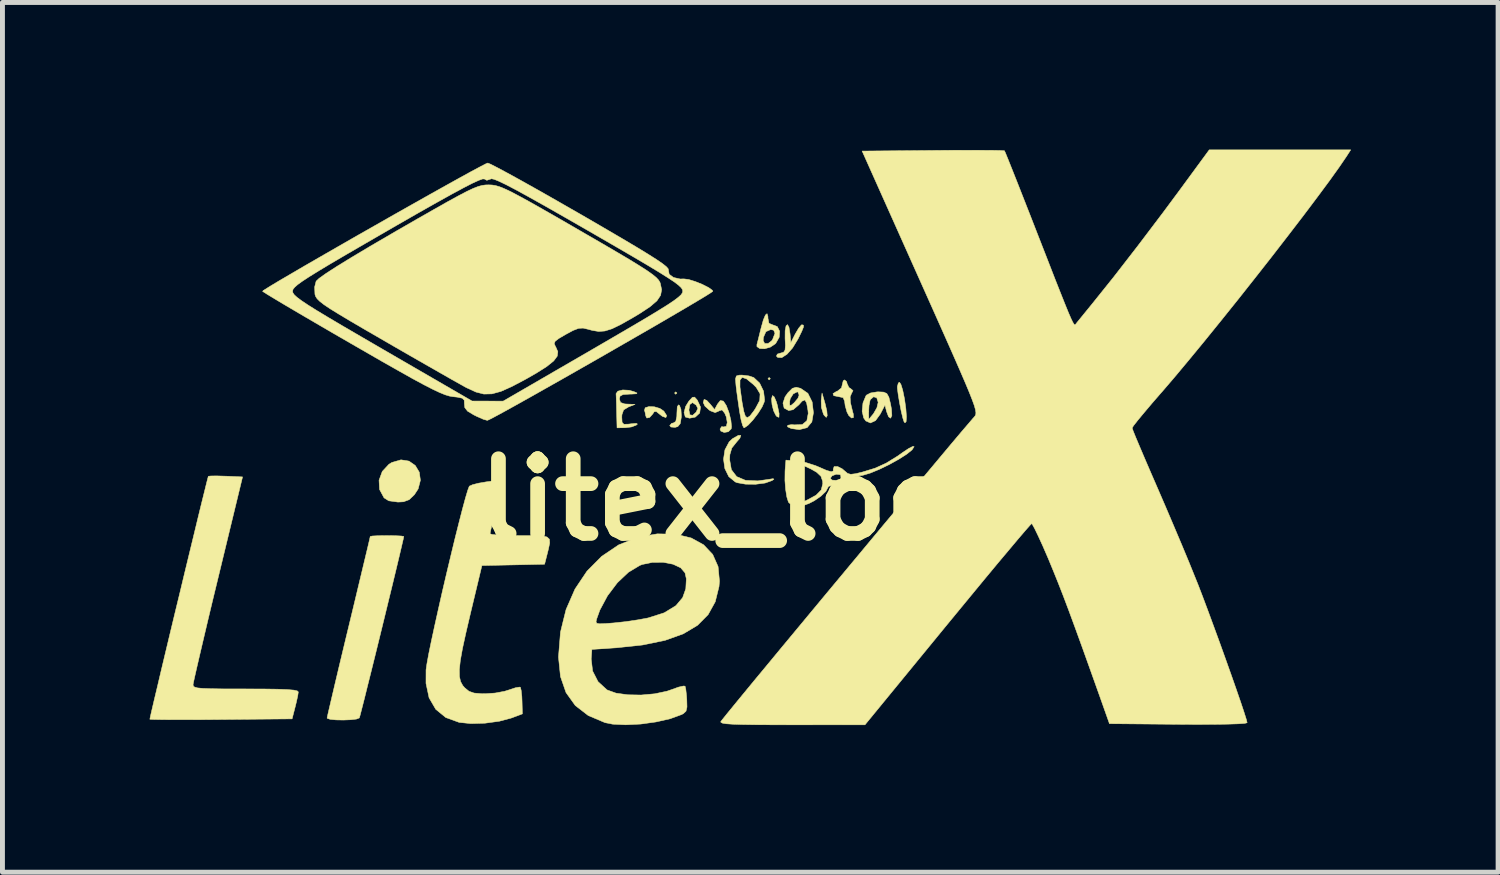
<source format=kicad_pcb>
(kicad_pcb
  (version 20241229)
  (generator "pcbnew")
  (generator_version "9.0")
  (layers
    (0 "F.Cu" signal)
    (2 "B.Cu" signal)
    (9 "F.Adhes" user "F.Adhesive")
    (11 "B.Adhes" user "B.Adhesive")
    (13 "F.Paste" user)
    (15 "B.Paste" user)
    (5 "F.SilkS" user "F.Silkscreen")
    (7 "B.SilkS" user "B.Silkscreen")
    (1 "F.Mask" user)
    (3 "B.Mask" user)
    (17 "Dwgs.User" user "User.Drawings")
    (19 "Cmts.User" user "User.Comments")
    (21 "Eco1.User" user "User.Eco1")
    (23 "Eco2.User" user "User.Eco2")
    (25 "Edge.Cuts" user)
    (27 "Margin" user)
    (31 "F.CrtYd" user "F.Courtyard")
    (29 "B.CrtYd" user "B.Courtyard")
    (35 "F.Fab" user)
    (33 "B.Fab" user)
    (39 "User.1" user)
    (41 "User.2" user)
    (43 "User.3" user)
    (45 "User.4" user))
  (footprint "litex_logo"
    (layer "F.Cu")
    (at 12.265 7.137)
    (property "Reference" "litex_logo" (at 0 0 0) (layer "F.SilkS") (effects (font (size 1.524 1.524) (thickness 0.3))))
    (attr through_hole)
    (fp_poly (pts (xy -1.514 -2.174) (xy -1.539 -2.149) (xy -1.563 -2.174) (xy -1.539 -2.198) (xy -1.514 -2.174)) (stroke (width 0.01) (type solid)) (fill yes) (layer "F.SilkS"))
    (fp_poly (pts (xy 0.391 -2.467) (xy 0.366 -2.442) (xy 0.342 -2.467) (xy 0.366 -2.491) (xy 0.391 -2.467)) (stroke (width 0.01) (type solid)) (fill yes) (layer "F.SilkS"))
    (fp_poly (pts (xy 1.506 -1.962) (xy 1.542 -1.811) (xy 1.55 -1.711) (xy 1.53 -1.677) (xy 1.487 -1.72) (xy 1.471 -1.749) (xy 1.432 -1.879) (xy 1.427 -2.017) (xy 1.444 -2.174) (xy 1.506 -1.962)) (stroke (width 0.01) (type solid)) (fill yes) (layer "F.SilkS"))
    (fp_poly (pts (xy 0.47 -2.095) (xy 0.512 -1.998) (xy 0.534 -1.923) (xy 0.569 -1.756) (xy 0.566 -1.679) (xy 0.526 -1.693) (xy 0.502 -1.721) (xy 0.456 -1.814) (xy 0.425 -1.939) (xy 0.415 -2.054) (xy 0.433 -2.12) (xy 0.436 -2.122) (xy 0.47 -2.095)) (stroke (width 0.01) (type solid)) (fill yes) (layer "F.SilkS"))
    (fp_poly (pts (xy -1.462 -1.921) (xy -1.432 -1.842) (xy -1.424 -1.712) (xy -1.425 -1.679) (xy -1.447 -1.55) (xy -1.496 -1.49) (xy -1.551 -1.474) (xy -1.636 -1.481) (xy -1.661 -1.511) (xy -1.621 -1.557) (xy -1.587 -1.563) (xy -1.538 -1.594) (xy -1.516 -1.697) (xy -1.514 -1.768) (xy -1.507 -1.895) (xy -1.482 -1.933) (xy -1.462 -1.921)) (stroke (width 0.01) (type solid)) (fill yes) (layer "F.SilkS"))
    (fp_poly (pts (xy -6.977 -0.786) (xy -6.849 -0.697) (xy -6.767 -0.561) (xy -6.744 -0.396) (xy -6.79 -0.219) (xy -6.867 -0.101) (xy -6.973 0.000275) (xy -7.089 0.043) (xy -7.202 0.049) (xy -7.389 0.023) (xy -7.485 -0.037) (xy -7.577 -0.208) (xy -7.587 -0.396) (xy -7.521 -0.576) (xy -7.385 -0.722) (xy -7.326 -0.758) (xy -7.14 -0.812) (xy -6.977 -0.786)) (stroke (width 0.01) (type solid)) (fill yes) (layer "F.SilkS"))
    (fp_poly (pts (xy -1.974 -1.893) (xy -1.862 -1.86) (xy -1.781 -1.805) (xy -1.723 -1.714) (xy -1.739 -1.674) (xy -1.811 -1.699) (xy -1.86 -1.737) (xy -1.936 -1.798) (xy -1.978 -1.792) (xy -2.009 -1.745) (xy -2.07 -1.677) (xy -2.128 -1.664) (xy -2.149 -1.706) (xy -2.165 -1.789) (xy -2.176 -1.82) (xy -2.161 -1.874) (xy -2.084 -1.898) (xy -1.974 -1.893)) (stroke (width 0.01) (type solid)) (fill yes) (layer "F.SilkS"))
    (fp_poly (pts (xy 3.053 -2.349) (xy 3.089 -2.233) (xy 3.123 -2.068) (xy 3.126 -2.054) (xy 3.154 -1.849) (xy 3.165 -1.69) (xy 3.159 -1.591) (xy 3.136 -1.567) (xy 3.117 -1.587) (xy 3.092 -1.662) (xy 3.059 -1.8) (xy 3.026 -1.969) (xy 2.998 -2.136) (xy 2.981 -2.268) (xy 2.98 -2.305) (xy 3 -2.379) (xy 3.024 -2.393) (xy 3.053 -2.349)) (stroke (width 0.01) (type solid)) (fill yes) (layer "F.SilkS"))
    (fp_poly (pts (xy -1.099 -2.03) (xy -1.033 -1.889) (xy -1.05 -1.766) (xy -1.14 -1.683) (xy -1.255 -1.661) (xy -1.343 -1.685) (xy -1.368 -1.773) (xy -1.368 -1.777) (xy -1.355 -1.829) (xy -1.27 -1.829) (xy -1.25 -1.73) (xy -1.193 -1.72) (xy -1.123 -1.783) (xy -1.087 -1.861) (xy -1.123 -1.929) (xy -1.197 -1.979) (xy -1.251 -1.94) (xy -1.27 -1.829) (xy -1.355 -1.829) (xy -1.337 -1.9) (xy -1.27 -2.009) (xy -1.199 -2.086) (xy -1.154 -2.091) (xy -1.099 -2.03)) (stroke (width 0.01) (type solid)) (fill yes) (layer "F.SilkS"))
    (fp_poly (pts (xy -0.23 -1.254) (xy -0.297 -1.176) (xy -0.395 -1.053) (xy -0.435 -0.917) (xy -0.44 -0.818) (xy -0.404 -0.611) (xy -0.296 -0.47) (xy -0.116 -0.394) (xy 0.136 -0.383) (xy 0.346 -0.412) (xy 0.447 -0.428) (xy 0.463 -0.417) (xy 0.425 -0.389) (xy 0.284 -0.339) (xy 0.09 -0.314) (xy -0.114 -0.316) (xy -0.287 -0.346) (xy -0.324 -0.361) (xy -0.457 -0.47) (xy -0.537 -0.634) (xy -0.564 -0.826) (xy -0.535 -1.017) (xy -0.449 -1.179) (xy -0.379 -1.244) (xy -0.263 -1.31) (xy -0.211 -1.311) (xy -0.23 -1.254)) (stroke (width 0.01) (type solid)) (fill yes) (layer "F.SilkS"))
    (fp_poly (pts (xy 0.77 -3.516) (xy 0.792 -3.383) (xy 0.808 -3.199) (xy 0.901 -3.383) (xy 0.968 -3.496) (xy 1.022 -3.56) (xy 1.035 -3.566) (xy 1.066 -3.557) (xy 1.066 -3.519) (xy 1.031 -3.432) (xy 0.955 -3.277) (xy 0.953 -3.274) (xy 0.844 -3.094) (xy 0.73 -2.965) (xy 0.624 -2.896) (xy 0.541 -2.9) (xy 0.515 -2.927) (xy 0.533 -2.968) (xy 0.598 -2.988) (xy 0.66 -3.005) (xy 0.69 -3.049) (xy 0.698 -3.146) (xy 0.691 -3.285) (xy 0.692 -3.445) (xy 0.711 -3.543) (xy 0.74 -3.569) (xy 0.77 -3.516)) (stroke (width 0.01) (type solid)) (fill yes) (layer "F.SilkS"))
    (fp_poly (pts (xy 1.948 -2.403) (xy 1.954 -2.368) (xy 1.993 -2.286) (xy 2.028 -2.264) (xy 2.076 -2.223) (xy 2.047 -2.169) (xy 2.017 -2.096) (xy 2.024 -1.977) (xy 2.068 -1.794) (xy 2.082 -1.746) (xy 2.085 -1.674) (xy 2.046 -1.665) (xy 1.991 -1.714) (xy 1.953 -1.786) (xy 1.916 -1.917) (xy 1.905 -2.006) (xy 1.875 -2.08) (xy 1.783 -2.1) (xy 1.683 -2.12) (xy 1.668 -2.163) (xy 1.742 -2.208) (xy 1.758 -2.212) (xy 1.841 -2.278) (xy 1.856 -2.34) (xy 1.876 -2.422) (xy 1.905 -2.442) (xy 1.948 -2.403)) (stroke (width 0.01) (type solid)) (fill yes) (layer "F.SilkS"))
    (fp_poly (pts (xy -0.906 -2.024) (xy -0.833 -1.945) (xy -0.746 -1.838) (xy -0.687 -1.948) (xy -0.629 -2.021) (xy -0.57 -2.01) (xy -0.564 -2.005) (xy -0.507 -1.918) (xy -0.453 -1.776) (xy -0.414 -1.619) (xy -0.401 -1.488) (xy -0.408 -1.443) (xy -0.466 -1.385) (xy -0.551 -1.37) (xy -0.62 -1.399) (xy -0.635 -1.439) (xy -0.603 -1.489) (xy -0.562 -1.483) (xy -0.506 -1.496) (xy -0.488 -1.573) (xy -0.507 -1.687) (xy -0.541 -1.765) (xy -0.594 -1.83) (xy -0.655 -1.811) (xy -0.663 -1.805) (xy -0.735 -1.775) (xy -0.83 -1.811) (xy -0.855 -1.827) (xy -0.943 -1.907) (xy -0.977 -1.979) (xy -0.96 -2.044) (xy -0.906 -2.024)) (stroke (width 0.01) (type solid)) (fill yes) (layer "F.SilkS"))
    (fp_poly (pts (xy -2.488 -2.23) (xy -2.392 -2.203) (xy -2.327 -2.174) (xy -2.338 -2.159) (xy -2.433 -2.153) (xy -2.479 -2.152) (xy -2.612 -2.143) (xy -2.673 -2.112) (xy -2.687 -2.052) (xy -2.664 -1.981) (xy -2.58 -1.952) (xy -2.528 -1.949) (xy -2.369 -1.943) (xy -2.503 -1.89) (xy -2.601 -1.83) (xy -2.636 -1.73) (xy -2.638 -1.679) (xy -2.632 -1.576) (xy -2.595 -1.537) (xy -2.499 -1.54) (xy -2.455 -1.546) (xy -2.344 -1.556) (xy -2.319 -1.542) (xy -2.345 -1.519) (xy -2.444 -1.482) (xy -2.577 -1.466) (xy -2.735 -1.465) (xy -2.743 -1.783) (xy -2.747 -1.957) (xy -2.752 -2.095) (xy -2.755 -2.161) (xy -2.718 -2.212) (xy -2.618 -2.237) (xy -2.488 -2.23)) (stroke (width 0.01) (type solid)) (fill yes) (layer "F.SilkS"))
    (fp_poly (pts (xy 0.341 -3.736) (xy 0.342 -3.698) (xy 0.362 -3.596) (xy 0.432 -3.566) (xy 0.434 -3.566) (xy 0.533 -3.528) (xy 0.58 -3.434) (xy 0.571 -3.311) (xy 0.502 -3.189) (xy 0.488 -3.175) (xy 0.389 -3.109) (xy 0.274 -3.077) (xy 0.174 -3.081) (xy 0.117 -3.121) (xy 0.117 -3.163) (xy 0.138 -3.244) (xy 0.244 -3.244) (xy 0.275 -3.184) (xy 0.345 -3.184) (xy 0.419 -3.24) (xy 0.438 -3.269) (xy 0.485 -3.393) (xy 0.458 -3.456) (xy 0.396 -3.468) (xy 0.3 -3.425) (xy 0.249 -3.308) (xy 0.244 -3.244) (xy 0.138 -3.244) (xy 0.142 -3.259) (xy 0.179 -3.408) (xy 0.2 -3.493) (xy 0.247 -3.662) (xy 0.29 -3.764) (xy 0.323 -3.792) (xy 0.341 -3.736)) (stroke (width 0.01) (type solid)) (fill yes) (layer "F.SilkS"))
    (fp_poly (pts (xy 2.698 -2.193) (xy 2.765 -2.164) (xy 2.807 -2.09) (xy 2.841 -1.952) (xy 2.86 -1.844) (xy 2.868 -1.715) (xy 2.843 -1.661) (xy 2.801 -1.69) (xy 2.761 -1.795) (xy 2.727 -1.929) (xy 2.632 -1.746) (xy 2.535 -1.612) (xy 2.432 -1.564) (xy 2.337 -1.605) (xy 2.293 -1.667) (xy 2.265 -1.791) (xy 2.395 -1.791) (xy 2.397 -1.636) (xy 2.493 -1.752) (xy 2.563 -1.874) (xy 2.589 -1.984) (xy 2.56 -2.076) (xy 2.496 -2.098) (xy 2.432 -2.043) (xy 2.423 -2.023) (xy 2.402 -1.92) (xy 2.395 -1.791) (xy 2.265 -1.791) (xy 2.262 -1.805) (xy 2.279 -1.972) (xy 2.338 -2.115) (xy 2.351 -2.132) (xy 2.433 -2.175) (xy 2.564 -2.197) (xy 2.592 -2.198) (xy 2.698 -2.193)) (stroke (width 0.01) (type solid)) (fill yes) (layer "F.SilkS"))
    (fp_poly (pts (xy 1.007 -2.27) (xy 1.156 -2.168) (xy 1.243 -1.992) (xy 1.269 -1.773) (xy 1.237 -1.585) (xy 1.14 -1.468) (xy 0.982 -1.428) (xy 0.818 -1.45) (xy 0.74 -1.486) (xy 0.746 -1.517) (xy 0.823 -1.53) (xy 0.88 -1.525) (xy 1.041 -1.531) (xy 1.135 -1.609) (xy 1.163 -1.758) (xy 1.157 -1.822) (xy 1.13 -1.973) (xy 1.094 -2.033) (xy 1.038 -2.009) (xy 0.972 -1.934) (xy 0.855 -1.834) (xy 0.764 -1.817) (xy 0.672 -1.867) (xy 0.648 -1.968) (xy 0.654 -1.985) (xy 0.782 -1.985) (xy 0.787 -1.921) (xy 0.82 -1.927) (xy 0.879 -1.978) (xy 0.953 -2.067) (xy 0.977 -2.132) (xy 0.954 -2.192) (xy 0.938 -2.198) (xy 0.857 -2.157) (xy 0.796 -2.06) (xy 0.782 -1.985) (xy 0.654 -1.985) (xy 0.691 -2.097) (xy 0.749 -2.179) (xy 0.839 -2.269) (xy 0.917 -2.292) (xy 1.007 -2.27)) (stroke (width 0.01) (type solid)) (fill yes) (layer "F.SilkS"))
    (fp_poly (pts (xy -0.047 -2.523) (xy 0.052 -2.49) (xy 0.172 -2.377) (xy 0.252 -2.212) (xy 0.273 -2.036) (xy 0.267 -1.994) (xy 0.222 -1.89) (xy 0.139 -1.759) (xy 0.038 -1.627) (xy -0.061 -1.521) (xy -0.136 -1.468) (xy -0.148 -1.465) (xy -0.174 -1.51) (xy -0.206 -1.626) (xy -0.236 -1.79) (xy -0.237 -1.795) (xy -0.267 -2.003) (xy -0.295 -2.205) (xy -0.306 -2.299) (xy -0.229 -2.299) (xy -0.224 -2.259) (xy -0.186 -1.986) (xy -0.152 -1.803) (xy -0.118 -1.7) (xy -0.077 -1.671) (xy -0.024 -1.708) (xy 0.049 -1.802) (xy 0.085 -1.855) (xy 0.174 -2.022) (xy 0.181 -2.158) (xy 0.103 -2.289) (xy 0.044 -2.349) (xy -0.095 -2.463) (xy -0.185 -2.493) (xy -0.228 -2.438) (xy -0.229 -2.299) (xy -0.306 -2.299) (xy -0.31 -2.332) (xy -0.32 -2.462) (xy -0.302 -2.522) (xy -0.24 -2.539) (xy -0.188 -2.54) (xy -0.047 -2.523)) (stroke (width 0.01) (type solid)) (fill yes) (layer "F.SilkS"))
    (fp_poly (pts (xy -7.256 0.735) (xy -7.134 0.741) (xy -7.083 0.75) (xy -7.083 0.75) (xy -7.094 0.806) (xy -7.126 0.944) (xy -7.175 1.152) (xy -7.238 1.416) (xy -7.312 1.723) (xy -7.395 2.063) (xy -7.482 2.421) (xy -7.571 2.785) (xy -7.659 3.143) (xy -7.743 3.482) (xy -7.82 3.789) (xy -7.885 4.052) (xy -7.938 4.259) (xy -7.973 4.395) (xy -7.989 4.45) (xy -7.989 4.45) (xy -8.047 4.473) (xy -8.166 4.487) (xy -8.316 4.493) (xy -8.466 4.49) (xy -8.585 4.478) (xy -8.644 4.457) (xy -8.646 4.452) (xy -8.635 4.397) (xy -8.603 4.257) (xy -8.553 4.044) (xy -8.488 3.767) (xy -8.41 3.438) (xy -8.321 3.066) (xy -8.224 2.663) (xy -8.206 2.589) (xy -8.108 2.183) (xy -8.018 1.807) (xy -7.938 1.473) (xy -7.87 1.189) (xy -7.817 0.968) (xy -7.782 0.819) (xy -7.767 0.752) (xy -7.767 0.75) (xy -7.722 0.741) (xy -7.604 0.735) (xy -7.438 0.733) (xy -7.425 0.733) (xy -7.256 0.735)) (stroke (width 0.01) (type solid)) (fill yes) (layer "F.SilkS"))
    (fp_poly (pts (xy -10.72 -0.479) (xy -10.71 -0.479) (xy -10.37 -0.464) (xy -10.873 1.612) (xy -10.979 2.049) (xy -11.077 2.459) (xy -11.165 2.832) (xy -11.241 3.156) (xy -11.303 3.423) (xy -11.348 3.621) (xy -11.374 3.742) (xy -11.379 3.773) (xy -11.373 3.801) (xy -11.346 3.822) (xy -11.287 3.838) (xy -11.183 3.848) (xy -11.022 3.854) (xy -10.793 3.858) (xy -10.484 3.859) (xy -10.307 3.859) (xy -9.938 3.86) (xy -9.658 3.864) (xy -9.457 3.872) (xy -9.325 3.883) (xy -9.254 3.899) (xy -9.233 3.92) (xy -9.245 4) (xy -9.275 4.136) (xy -9.297 4.225) (xy -9.36 4.469) (xy -10.81 4.482) (xy -11.175 4.485) (xy -11.507 4.486) (xy -11.792 4.486) (xy -12.02 4.484) (xy -12.179 4.481) (xy -12.255 4.477) (xy -12.26 4.476) (xy -12.249 4.422) (xy -12.218 4.285) (xy -12.169 4.076) (xy -12.104 3.804) (xy -12.028 3.481) (xy -11.941 3.117) (xy -11.847 2.724) (xy -11.748 2.312) (xy -11.646 1.892) (xy -11.546 1.475) (xy -11.448 1.071) (xy -11.356 0.692) (xy -11.273 0.348) (xy -11.2 0.05) (xy -11.14 -0.192) (xy -11.097 -0.366) (xy -11.072 -0.461) (xy -11.067 -0.477) (xy -11.014 -0.483) (xy -10.89 -0.484) (xy -10.72 -0.479)) (stroke (width 0.01) (type solid)) (fill yes) (layer "F.SilkS"))
    (fp_poly (pts (xy -5.082 -0.379) (xy -5.08 -0.374) (xy -5.091 -0.319) (xy -5.12 -0.189) (xy -5.163 -0.007) (xy -5.202 0.156) (xy -5.252 0.366) (xy -5.292 0.541) (xy -5.318 0.658) (xy -5.324 0.696) (xy -5.278 0.71) (xy -5.154 0.721) (xy -4.968 0.729) (xy -4.74 0.733) (xy -4.714 0.733) (xy -4.451 0.733) (xy -4.272 0.739) (xy -4.164 0.761) (xy -4.114 0.806) (xy -4.108 0.884) (xy -4.133 1.004) (xy -4.157 1.1) (xy -4.212 1.316) (xy -4.851 1.33) (xy -5.49 1.343) (xy -5.724 2.32) (xy -5.817 2.718) (xy -5.886 3.034) (xy -5.93 3.279) (xy -5.95 3.465) (xy -5.948 3.605) (xy -5.925 3.708) (xy -5.881 3.789) (xy -5.839 3.837) (xy -5.753 3.907) (xy -5.65 3.943) (xy -5.496 3.956) (xy -5.425 3.957) (xy -5.224 3.943) (xy -5.028 3.907) (xy -4.932 3.877) (xy -4.806 3.835) (xy -4.721 3.821) (xy -4.706 3.825) (xy -4.69 3.886) (xy -4.676 4.012) (xy -4.672 4.11) (xy -4.665 4.367) (xy -4.885 4.45) (xy -5.134 4.517) (xy -5.426 4.557) (xy -5.716 4.565) (xy -5.953 4.541) (xy -6.226 4.442) (xy -6.431 4.274) (xy -6.567 4.04) (xy -6.63 3.744) (xy -6.629 3.471) (xy -6.611 3.346) (xy -6.575 3.148) (xy -6.522 2.89) (xy -6.456 2.584) (xy -6.38 2.243) (xy -6.298 1.88) (xy -6.211 1.508) (xy -6.123 1.14) (xy -6.038 0.788) (xy -5.957 0.466) (xy -5.885 0.186) (xy -5.824 -0.039) (xy -5.777 -0.196) (xy -5.748 -0.272) (xy -5.745 -0.276) (xy -5.68 -0.305) (xy -5.558 -0.336) (xy -5.407 -0.362) (xy -5.258 -0.381) (xy -5.14 -0.388) (xy -5.082 -0.379)) (stroke (width 0.01) (type solid)) (fill yes) (layer "F.SilkS"))
    (fp_poly (pts (xy 3.322 -1.081) (xy 3.279 -1.015) (xy 3.167 -0.925) (xy 3.005 -0.822) (xy 2.814 -0.716) (xy 2.616 -0.62) (xy 2.43 -0.543) (xy 2.277 -0.497) (xy 2.211 -0.488) (xy 2.114 -0.466) (xy 1.98 -0.411) (xy 1.941 -0.391) (xy 1.802 -0.329) (xy 1.684 -0.295) (xy 1.661 -0.293) (xy 1.581 -0.273) (xy 1.563 -0.246) (xy 1.523 -0.169) (xy 1.422 -0.072) (xy 1.286 0.022) (xy 1.179 0.077) (xy 1.018 0.136) (xy 0.938 0.142) (xy 0.928 0.124) (xy 0.968 0.093) (xy 1.071 0.04) (xy 1.136 0.01) (xy 1.323 -0.091) (xy 1.427 -0.197) (xy 1.46 -0.324) (xy 1.457 -0.376) (xy 1.437 -0.434) (xy 1.612 -0.434) (xy 1.65 -0.399) (xy 1.733 -0.393) (xy 1.81 -0.417) (xy 1.83 -0.436) (xy 1.825 -0.499) (xy 1.813 -0.51) (xy 1.734 -0.519) (xy 1.649 -0.486) (xy 1.612 -0.434) (xy 1.437 -0.434) (xy 1.423 -0.476) (xy 1.335 -0.559) (xy 1.223 -0.623) (xy 1.042 -0.708) (xy 0.926 -0.737) (xy 0.862 -0.701) (xy 0.836 -0.589) (xy 0.835 -0.392) (xy 0.837 -0.333) (xy 0.839 -0.1) (xy 0.824 0.039) (xy 0.796 0.085) (xy 0.76 0.052) (xy 0.727 -0.054) (xy 0.702 -0.209) (xy 0.688 -0.39) (xy 0.69 -0.573) (xy 0.692 -0.611) (xy 0.708 -0.806) (xy 0.928 -0.789) (xy 1.114 -0.757) (xy 1.311 -0.694) (xy 1.368 -0.67) (xy 1.536 -0.597) (xy 1.634 -0.569) (xy 1.673 -0.585) (xy 1.673 -0.623) (xy 1.692 -0.676) (xy 1.762 -0.676) (xy 1.857 -0.628) (xy 1.903 -0.588) (xy 1.964 -0.536) (xy 2.028 -0.517) (xy 2.128 -0.529) (xy 2.272 -0.564) (xy 2.529 -0.643) (xy 2.753 -0.745) (xy 2.986 -0.889) (xy 3.09 -0.963) (xy 3.212 -1.044) (xy 3.296 -1.086) (xy 3.322 -1.081)) (stroke (width 0.01) (type solid)) (fill yes) (layer "F.SilkS"))
    (fp_poly (pts (xy -1.539 0.705) (xy -1.223 0.781) (xy -0.97 0.92) (xy -0.785 1.116) (xy -0.675 1.364) (xy -0.647 1.66) (xy -0.656 1.771) (xy -0.733 2.082) (xy -0.878 2.344) (xy -1.093 2.561) (xy -1.384 2.735) (xy -1.755 2.868) (xy -2.209 2.962) (xy -2.75 3.02) (xy -2.784 3.022) (xy -3.248 3.053) (xy -3.262 3.248) (xy -3.233 3.494) (xy -3.122 3.711) (xy -2.943 3.875) (xy -2.931 3.882) (xy -2.755 3.945) (xy -2.516 3.978) (xy -2.244 3.983) (xy -1.967 3.958) (xy -1.717 3.905) (xy -1.624 3.873) (xy -1.482 3.822) (xy -1.38 3.799) (xy -1.348 3.803) (xy -1.333 3.867) (xy -1.319 3.994) (xy -1.313 4.079) (xy -1.309 4.228) (xy -1.329 4.312) (xy -1.384 4.363) (xy -1.421 4.382) (xy -1.654 4.467) (xy -1.942 4.532) (xy -2.253 4.575) (xy -2.558 4.59) (xy -2.825 4.577) (xy -2.98 4.546) (xy -3.322 4.401) (xy -3.586 4.197) (xy -3.775 3.933) (xy -3.888 3.607) (xy -3.928 3.217) (xy -3.928 3.199) (xy -3.888 2.701) (xy -3.836 2.488) (xy -3.163 2.488) (xy -3.15 2.52) (xy -3.091 2.531) (xy -2.968 2.526) (xy -2.8 2.513) (xy -2.559 2.487) (xy -2.303 2.449) (xy -2.1 2.411) (xy -1.774 2.307) (xy -1.535 2.161) (xy -1.397 1.997) (xy -1.333 1.816) (xy -1.322 1.613) (xy -1.349 1.492) (xy -1.437 1.389) (xy -1.593 1.316) (xy -1.793 1.277) (xy -2.011 1.278) (xy -2.22 1.321) (xy -2.27 1.34) (xy -2.503 1.48) (xy -2.729 1.694) (xy -2.929 1.959) (xy -3.085 2.25) (xy -3.151 2.433) (xy -3.163 2.488) (xy -3.836 2.488) (xy -3.774 2.239) (xy -3.592 1.822) (xy -3.348 1.458) (xy -3.049 1.156) (xy -2.702 0.922) (xy -2.313 0.766) (xy -1.913 0.697) (xy -1.539 0.705)) (stroke (width 0.01) (type solid)) (fill yes) (layer "F.SilkS"))
    (fp_poly (pts (xy -5.283 -6.415) (xy -5.213 -6.404) (xy -5.13 -6.38) (xy -5.027 -6.338) (xy -4.893 -6.275) (xy -4.721 -6.184) (xy -4.499 -6.062) (xy -4.22 -5.904) (xy -3.874 -5.706) (xy -3.505 -5.492) (xy -3.09 -5.252) (xy -2.753 -5.055) (xy -2.484 -4.896) (xy -2.276 -4.768) (xy -2.12 -4.668) (xy -2.009 -4.589) (xy -1.934 -4.527) (xy -1.887 -4.476) (xy -1.86 -4.43) (xy -1.853 -4.41) (xy -1.826 -4.281) (xy -1.847 -4.166) (xy -1.923 -4.053) (xy -2.066 -3.931) (xy -2.283 -3.788) (xy -2.418 -3.708) (xy -2.658 -3.572) (xy -2.839 -3.484) (xy -2.982 -3.439) (xy -3.108 -3.429) (xy -3.24 -3.451) (xy -3.32 -3.473) (xy -3.427 -3.498) (xy -3.519 -3.493) (xy -3.631 -3.45) (xy -3.776 -3.372) (xy -3.923 -3.286) (xy -3.998 -3.228) (xy -4.016 -3.18) (xy -3.991 -3.124) (xy -3.982 -3.109) (xy -3.942 -3.017) (xy -3.954 -2.926) (xy -4.026 -2.829) (xy -4.166 -2.716) (xy -4.382 -2.579) (xy -4.59 -2.46) (xy -4.877 -2.308) (xy -5.103 -2.207) (xy -5.287 -2.157) (xy -5.45 -2.153) (xy -5.611 -2.194) (xy -5.79 -2.276) (xy -5.818 -2.29) (xy -5.925 -2.35) (xy -6.104 -2.45) (xy -6.342 -2.586) (xy -6.627 -2.749) (xy -6.947 -2.932) (xy -7.289 -3.129) (xy -7.472 -3.235) (xy -7.854 -3.456) (xy -8.16 -3.635) (xy -8.398 -3.777) (xy -8.578 -3.888) (xy -8.707 -3.974) (xy -8.794 -4.042) (xy -8.849 -4.096) (xy -8.879 -4.142) (xy -8.894 -4.187) (xy -8.894 -4.19) (xy -8.9 -4.336) (xy -8.87 -4.454) (xy -8.81 -4.511) (xy -8.667 -4.613) (xy -8.444 -4.757) (xy -8.143 -4.942) (xy -7.768 -5.166) (xy -7.32 -5.427) (xy -7.207 -5.493) (xy -6.793 -5.731) (xy -6.454 -5.924) (xy -6.182 -6.078) (xy -5.966 -6.196) (xy -5.798 -6.284) (xy -5.669 -6.345) (xy -5.569 -6.384) (xy -5.488 -6.406) (xy -5.419 -6.416) (xy -5.352 -6.418) (xy -5.283 -6.415)) (stroke (width 0.01) (type solid)) (fill yes) (layer "F.SilkS"))
    (fp_poly (pts (xy 12.136 -6.997) (xy 11.991 -6.784) (xy 11.792 -6.506) (xy 11.546 -6.174) (xy 11.263 -5.798) (xy 10.95 -5.39) (xy 10.616 -4.958) (xy 10.268 -4.515) (xy 9.916 -4.07) (xy 9.566 -3.634) (xy 9.228 -3.217) (xy 8.91 -2.831) (xy 8.62 -2.484) (xy 8.366 -2.188) (xy 8.359 -2.181) (xy 8.171 -1.964) (xy 8.008 -1.771) (xy 7.879 -1.615) (xy 7.795 -1.508) (xy 7.767 -1.462) (xy 7.785 -1.408) (xy 7.838 -1.276) (xy 7.921 -1.079) (xy 8.027 -0.83) (xy 8.152 -0.54) (xy 8.285 -0.234) (xy 8.446 0.139) (xy 8.614 0.533) (xy 8.779 0.923) (xy 8.93 1.286) (xy 9.056 1.598) (xy 9.111 1.734) (xy 9.204 1.976) (xy 9.311 2.261) (xy 9.427 2.576) (xy 9.548 2.906) (xy 9.668 3.24) (xy 9.783 3.563) (xy 9.888 3.862) (xy 9.978 4.123) (xy 10.048 4.333) (xy 10.094 4.479) (xy 10.111 4.547) (xy 10.111 4.548) (xy 10.064 4.56) (xy 9.927 4.57) (xy 9.709 4.577) (xy 9.418 4.581) (xy 9.063 4.582) (xy 8.708 4.58) (xy 7.304 4.567) (xy 7.114 4.03) (xy 6.917 3.478) (xy 6.748 3.006) (xy 6.602 2.604) (xy 6.475 2.259) (xy 6.362 1.96) (xy 6.258 1.694) (xy 6.16 1.451) (xy 6.064 1.218) (xy 6.05 1.185) (xy 5.946 0.945) (xy 5.853 0.742) (xy 5.779 0.589) (xy 5.731 0.502) (xy 5.718 0.488) (xy 5.681 0.525) (xy 5.588 0.631) (xy 5.445 0.798) (xy 5.258 1.021) (xy 5.031 1.291) (xy 4.772 1.603) (xy 4.486 1.95) (xy 4.178 2.324) (xy 4.001 2.539) (xy 2.32 4.59) (xy 0.837 4.591) (xy 0.41 4.59) (xy 0.071 4.588) (xy -0.189 4.584) (xy -0.378 4.578) (xy -0.507 4.569) (xy -0.583 4.557) (xy -0.617 4.54) (xy -0.62 4.525) (xy -0.586 4.481) (xy -0.496 4.369) (xy -0.354 4.195) (xy -0.167 3.967) (xy 0.06 3.691) (xy 0.322 3.375) (xy 0.612 3.024) (xy 0.926 2.646) (xy 1.257 2.247) (xy 1.599 1.835) (xy 1.948 1.416) (xy 2.297 0.997) (xy 2.64 0.584) (xy 2.973 0.185) (xy 3.289 -0.193) (xy 3.583 -0.544) (xy 3.849 -0.862) (xy 4.081 -1.139) (xy 4.274 -1.368) (xy 4.423 -1.542) (xy 4.52 -1.656) (xy 4.549 -1.688) (xy 4.567 -1.711) (xy 4.579 -1.738) (xy 4.581 -1.777) (xy 4.572 -1.835) (xy 4.549 -1.918) (xy 4.507 -2.034) (xy 4.446 -2.189) (xy 4.362 -2.39) (xy 4.252 -2.645) (xy 4.114 -2.96) (xy 3.945 -3.341) (xy 3.742 -3.797) (xy 3.502 -4.334) (xy 3.451 -4.448) (xy 2.262 -7.107) (xy 3.703 -7.12) (xy 4.068 -7.123) (xy 4.4 -7.124) (xy 4.688 -7.123) (xy 4.918 -7.122) (xy 5.079 -7.119) (xy 5.158 -7.114) (xy 5.164 -7.113) (xy 5.186 -7.064) (xy 5.239 -6.934) (xy 5.319 -6.734) (xy 5.423 -6.472) (xy 5.546 -6.159) (xy 5.685 -5.805) (xy 5.835 -5.42) (xy 5.864 -5.346) (xy 6.042 -4.89) (xy 6.187 -4.517) (xy 6.305 -4.219) (xy 6.397 -3.988) (xy 6.467 -3.816) (xy 6.519 -3.696) (xy 6.556 -3.619) (xy 6.581 -3.578) (xy 6.597 -3.563) (xy 6.608 -3.569) (xy 6.609 -3.57) (xy 6.644 -3.614) (xy 6.728 -3.717) (xy 6.845 -3.861) (xy 6.943 -3.981) (xy 7.392 -4.541) (xy 7.878 -5.168) (xy 8.39 -5.844) (xy 8.738 -6.313) (xy 9.339 -7.132) (xy 12.223 -7.132) (xy 12.136 -6.997)) (stroke (width 0.01) (type solid)) (fill yes) (layer "F.SilkS"))
    (fp_poly (pts (xy -5.312 -6.839) (xy -5.179 -6.771) (xy -4.979 -6.664) (xy -4.722 -6.523) (xy -4.418 -6.353) (xy -4.074 -6.158) (xy -3.702 -5.945) (xy -3.475 -5.815) (xy -3.022 -5.552) (xy -2.648 -5.333) (xy -2.346 -5.154) (xy -2.11 -5.01) (xy -1.933 -4.898) (xy -1.809 -4.813) (xy -1.731 -4.751) (xy -1.693 -4.708) (xy -1.688 -4.682) (xy -1.672 -4.596) (xy -1.584 -4.53) (xy -1.448 -4.499) (xy -1.372 -4.501) (xy -1.276 -4.489) (xy -1.14 -4.447) (xy -0.994 -4.388) (xy -0.868 -4.324) (xy -0.792 -4.269) (xy -0.782 -4.249) (xy -0.823 -4.219) (xy -0.939 -4.146) (xy -1.122 -4.036) (xy -1.362 -3.894) (xy -1.649 -3.726) (xy -1.973 -3.537) (xy -2.327 -3.333) (xy -2.699 -3.119) (xy -3.08 -2.9) (xy -3.462 -2.682) (xy -3.834 -2.47) (xy -4.188 -2.27) (xy -4.512 -2.087) (xy -4.8 -1.926) (xy -5.04 -1.793) (xy -5.223 -1.694) (xy -5.34 -1.633) (xy -5.38 -1.616) (xy -5.461 -1.639) (xy -5.589 -1.695) (xy -5.652 -1.726) (xy -5.782 -1.804) (xy -5.839 -1.877) (xy -5.847 -1.954) (xy -5.85 -2.027) (xy -5.889 -2.068) (xy -5.99 -2.09) (xy -6.081 -2.1) (xy -6.152 -2.112) (xy -6.238 -2.138) (xy -6.347 -2.182) (xy -6.487 -2.248) (xy -6.667 -2.34) (xy -6.895 -2.463) (xy -7.178 -2.622) (xy -7.526 -2.819) (xy -7.946 -3.061) (xy -8.144 -3.175) (xy -8.528 -3.397) (xy -8.883 -3.604) (xy -9.203 -3.791) (xy -9.478 -3.953) (xy -9.699 -4.085) (xy -9.858 -4.181) (xy -9.946 -4.237) (xy -9.962 -4.25) (xy -9.961 -4.25) (xy -9.351 -4.25) (xy -9.343 -4.217) (xy -9.315 -4.176) (xy -9.259 -4.125) (xy -9.168 -4.057) (xy -9.035 -3.968) (xy -8.853 -3.854) (xy -8.614 -3.71) (xy -8.311 -3.531) (xy -7.937 -3.313) (xy -7.521 -3.071) (xy -5.691 -2.011) (xy -5.056 -2.009) (xy -3.225 -3.07) (xy -2.78 -3.329) (xy -2.412 -3.544) (xy -2.114 -3.72) (xy -1.88 -3.862) (xy -1.702 -3.973) (xy -1.572 -4.06) (xy -1.484 -4.127) (xy -1.429 -4.178) (xy -1.402 -4.218) (xy -1.395 -4.251) (xy -1.395 -4.252) (xy -1.402 -4.284) (xy -1.428 -4.323) (xy -1.481 -4.373) (xy -1.566 -4.438) (xy -1.693 -4.522) (xy -1.866 -4.631) (xy -2.094 -4.769) (xy -2.384 -4.94) (xy -2.743 -5.149) (xy -3.177 -5.4) (xy -3.319 -5.482) (xy -3.798 -5.757) (xy -4.2 -5.986) (xy -4.529 -6.17) (xy -4.791 -6.314) (xy -4.993 -6.42) (xy -5.141 -6.491) (xy -5.239 -6.531) (xy -5.295 -6.543) (xy -5.308 -6.538) (xy -5.39 -6.511) (xy -5.437 -6.537) (xy -5.474 -6.539) (xy -5.553 -6.511) (xy -5.681 -6.453) (xy -5.862 -6.36) (xy -6.103 -6.23) (xy -6.409 -6.06) (xy -6.786 -5.847) (xy -7.239 -5.587) (xy -7.426 -5.479) (xy -7.884 -5.214) (xy -8.265 -4.993) (xy -8.575 -4.811) (xy -8.821 -4.663) (xy -9.01 -4.546) (xy -9.149 -4.455) (xy -9.246 -4.385) (xy -9.307 -4.331) (xy -9.34 -4.29) (xy -9.351 -4.256) (xy -9.351 -4.25) (xy -9.961 -4.25) (xy -9.92 -4.281) (xy -9.803 -4.354) (xy -9.62 -4.464) (xy -9.379 -4.605) (xy -9.092 -4.773) (xy -8.766 -4.961) (xy -8.413 -5.164) (xy -8.04 -5.378) (xy -7.658 -5.595) (xy -7.277 -5.812) (xy -6.905 -6.022) (xy -6.552 -6.221) (xy -6.228 -6.402) (xy -5.942 -6.561) (xy -5.704 -6.692) (xy -5.522 -6.789) (xy -5.408 -6.848) (xy -5.371 -6.863) (xy -5.312 -6.839)) (stroke (width 0.01) (type solid)) (fill yes) (layer "F.SilkS")))
  (gr_rect
    (start -3 -3)
    (end 27.493 14.732)
    (stroke (width 0.1) (type default))
    (fill no)
    (layer "Edge.Cuts")))
</source>
